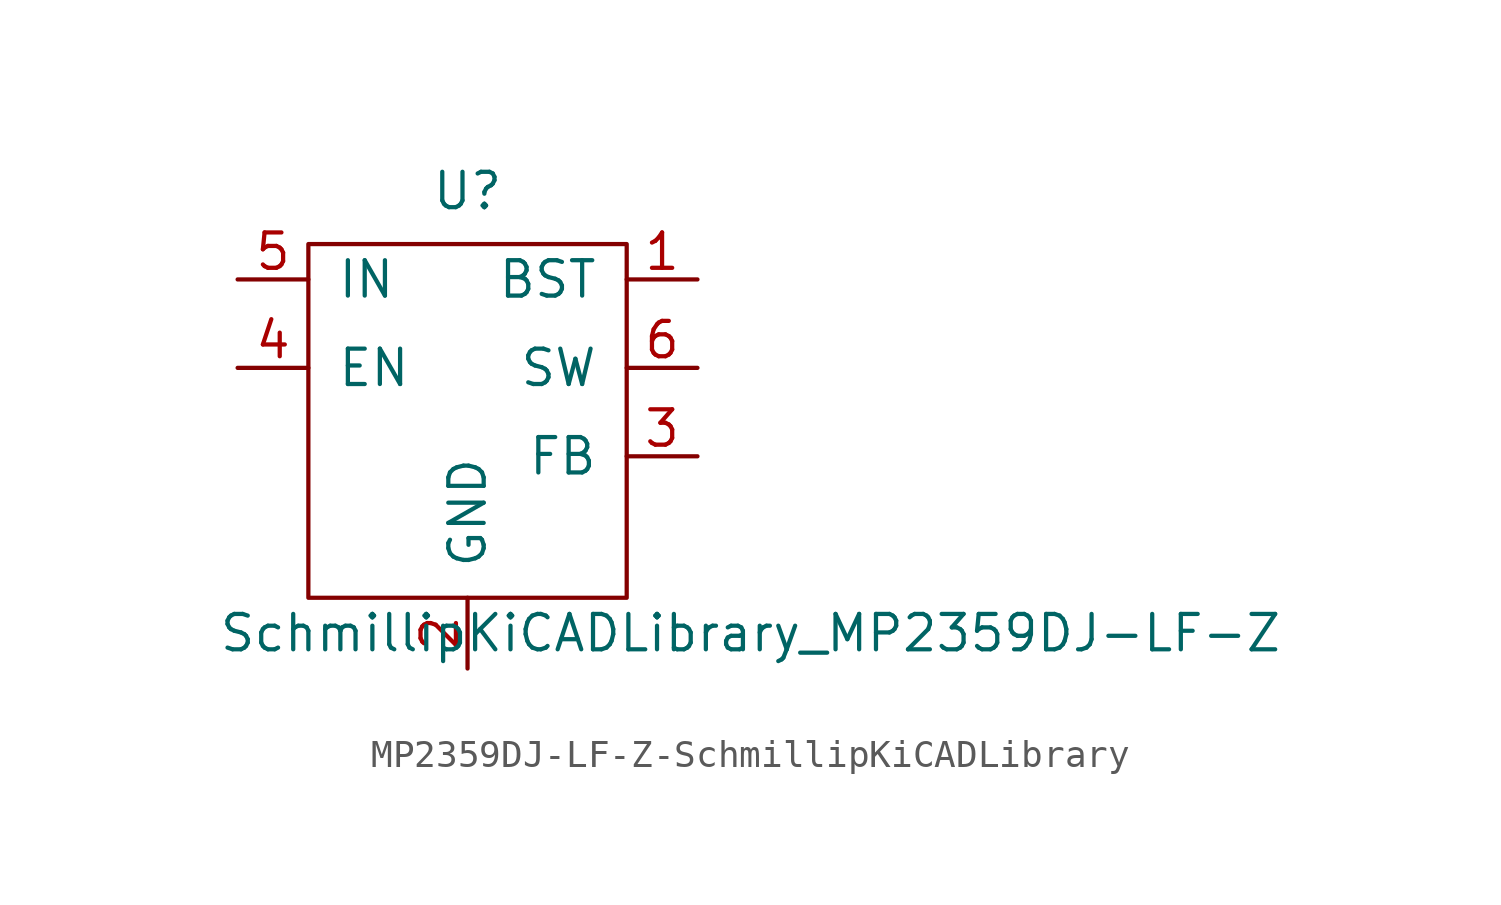
<source format=kicad_sym>
(kicad_symbol_lib
  (version 20231120)
  (generator "kicad_symbol_editor")
  (generator_version "8.0")
  (symbol "MP2359DJ-LF-Z-SchmillipKiCADLibrary"
    (pin_names
      (offset 1.016))
    (property "Reference" "U"
      (at 0 9.525 0)
      (effects (font (size 1.27 1.27))))
    (property "Value" "SchmillipKiCADLibrary_MP2359DJ-LF-Z"
      (at 10.16 -6.35 0)
      (effects (font (size 1.27 1.27))))
    (symbol "MP2359DJ-LF-Z-SchmillipKiCADLibrary_0_1"
      (rectangle (start -5.715 7.62) (end 5.715 -5.08) (stroke (width 0) (type solid)) (fill (type none))))
    (symbol "MP2359DJ-LF-Z-SchmillipKiCADLibrary_1_1"
      (pin input line (at 8.255 6.35 180) (length 2.54) (name "BST" (effects (font (size 1.27 1.27)))) (number "1" (effects (font (size 1.27 1.27)))))
      (pin power_in line (at 0 -7.62 90) (length 2.54) (name "GND" (effects (font (size 1.27 1.27)))) (number "2" (effects (font (size 1.27 1.27)))))
      (pin input line (at 8.255 0 180) (length 2.54) (name "FB" (effects (font (size 1.27 1.27)))) (number "3" (effects (font (size 1.27 1.27)))))
      (pin input line (at -8.255 3.175 0) (length 2.54) (name "EN" (effects (font (size 1.27 1.27)))) (number "4" (effects (font (size 1.27 1.27)))))
      (pin power_in line (at -8.255 6.35 0) (length 2.54) (name "IN" (effects (font (size 1.27 1.27)))) (number "5" (effects (font (size 1.27 1.27)))))
      (pin power_out line (at 8.255 3.175 180) (length 2.54) (name "SW" (effects (font (size 1.27 1.27)))) (number "6" (effects (font (size 1.27 1.27))))))))
</source>
